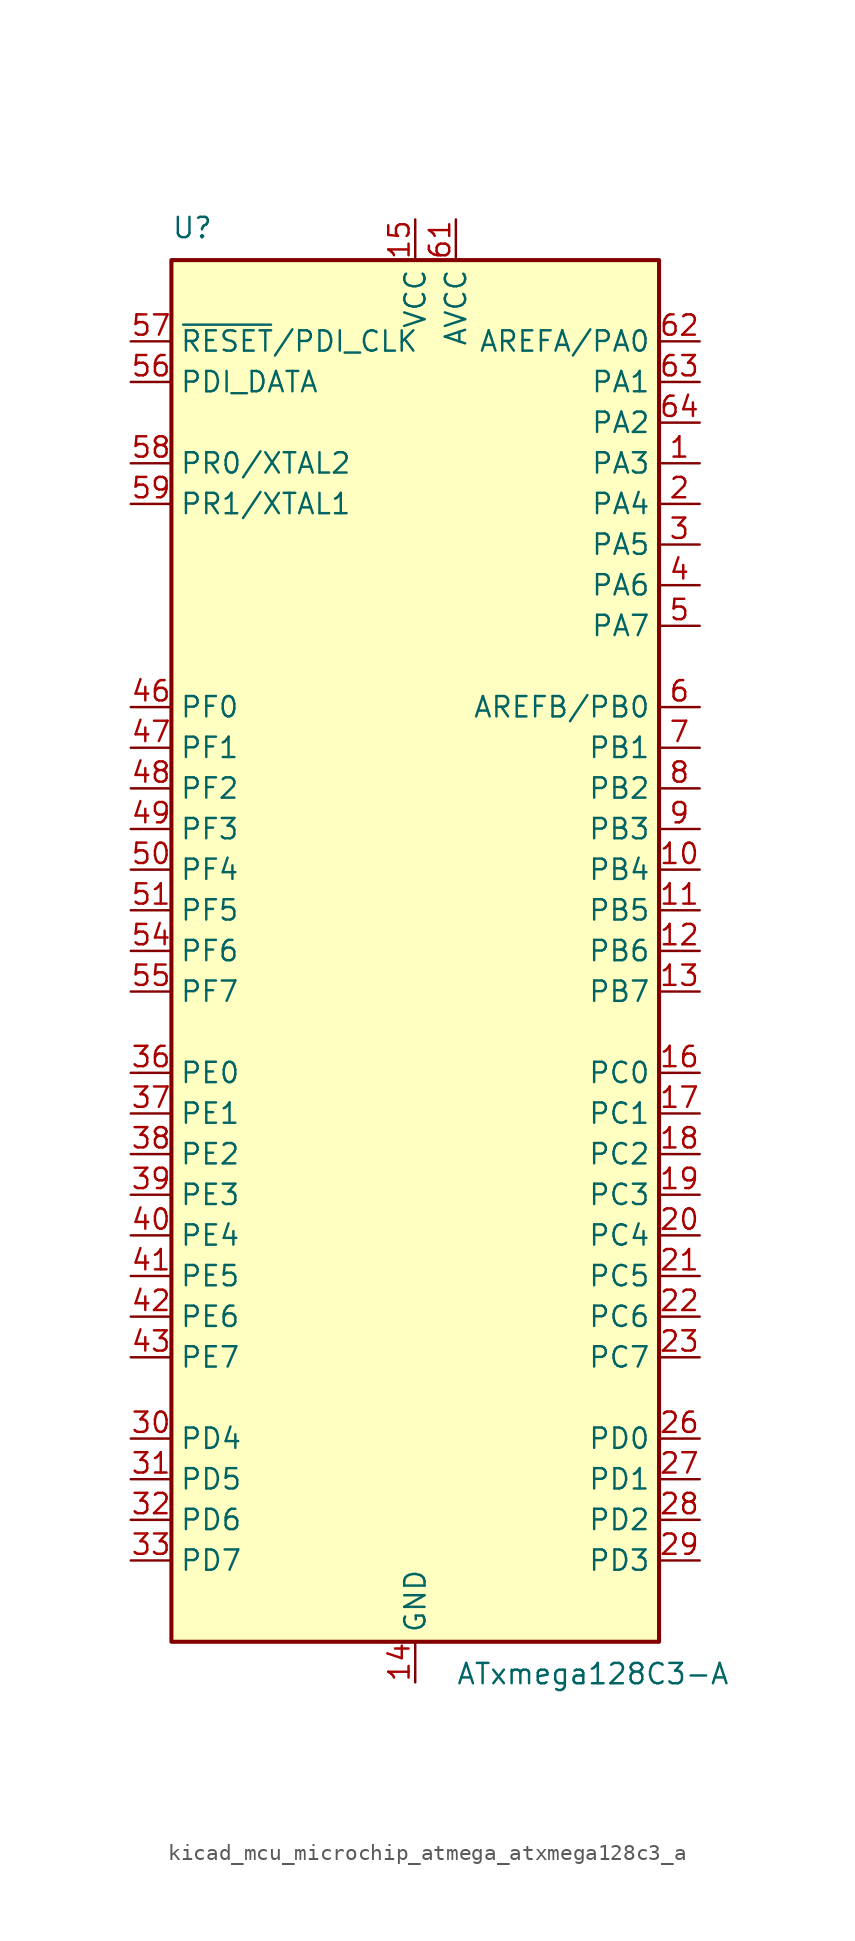
<source format=kicad_sym>
(kicad_symbol_lib
  (version 20220914)
  (generator kicad_symbol_editor)
  (symbol "kicad_mcu_microchip_atmega_atxmega128c3_a"
    (property "Reference" "U"
      (at -15.24 44.45 0)
      (effects (font (size 1.27 1.27)) (justify left bottom)))
    (property "Value" "ATxmega128C3-A"
      (at 2.54 -44.45 0)
      (effects (font (size 1.27 1.27)) (justify left top)))
    (symbol "kicad_mcu_microchip_atmega_atxmega128c3_a_0_1"
      (rectangle (start -15.24 -43.18) (end 15.24 43.18) (stroke (width 0.254) (type default)) (fill (type background))))
    (symbol "kicad_mcu_microchip_atmega_atxmega128c3_a_1_1"
      (pin bidirectional line (at 17.78 30.48 180) (length 2.54) (name "PA3" (effects (font (size 1.27 1.27)))) (number "1" (effects (font (size 1.27 1.27)))))
      (pin bidirectional line (at 17.78 5.08 180) (length 2.54) (name "PB4" (effects (font (size 1.27 1.27)))) (number "10" (effects (font (size 1.27 1.27)))))
      (pin bidirectional line (at 17.78 2.54 180) (length 2.54) (name "PB5" (effects (font (size 1.27 1.27)))) (number "11" (effects (font (size 1.27 1.27)))))
      (pin bidirectional line (at 17.78 0 180) (length 2.54) (name "PB6" (effects (font (size 1.27 1.27)))) (number "12" (effects (font (size 1.27 1.27)))))
      (pin bidirectional line (at 17.78 -2.54 180) (length 2.54) (name "PB7" (effects (font (size 1.27 1.27)))) (number "13" (effects (font (size 1.27 1.27)))))
      (pin power_in line (at 0 -45.72 90) (length 2.54) (name "GND" (effects (font (size 1.27 1.27)))) (number "14" (effects (font (size 1.27 1.27)))))
      (pin power_in line (at 0 45.72 270) (length 2.54) (name "VCC" (effects (font (size 1.27 1.27)))) (number "15" (effects (font (size 1.27 1.27)))))
      (pin bidirectional line (at 17.78 -7.62 180) (length 2.54) (name "PC0" (effects (font (size 1.27 1.27)))) (number "16" (effects (font (size 1.27 1.27)))))
      (pin bidirectional line (at 17.78 -10.16 180) (length 2.54) (name "PC1" (effects (font (size 1.27 1.27)))) (number "17" (effects (font (size 1.27 1.27)))))
      (pin bidirectional line (at 17.78 -12.7 180) (length 2.54) (name "PC2" (effects (font (size 1.27 1.27)))) (number "18" (effects (font (size 1.27 1.27)))))
      (pin bidirectional line (at 17.78 -15.24 180) (length 2.54) (name "PC3" (effects (font (size 1.27 1.27)))) (number "19" (effects (font (size 1.27 1.27)))))
      (pin bidirectional line (at 17.78 27.94 180) (length 2.54) (name "PA4" (effects (font (size 1.27 1.27)))) (number "2" (effects (font (size 1.27 1.27)))))
      (pin bidirectional line (at 17.78 -17.78 180) (length 2.54) (name "PC4" (effects (font (size 1.27 1.27)))) (number "20" (effects (font (size 1.27 1.27)))))
      (pin bidirectional line (at 17.78 -20.32 180) (length 2.54) (name "PC5" (effects (font (size 1.27 1.27)))) (number "21" (effects (font (size 1.27 1.27)))))
      (pin bidirectional line (at 17.78 -22.86 180) (length 2.54) (name "PC6" (effects (font (size 1.27 1.27)))) (number "22" (effects (font (size 1.27 1.27)))))
      (pin bidirectional line (at 17.78 -25.4 180) (length 2.54) (name "PC7" (effects (font (size 1.27 1.27)))) (number "23" (effects (font (size 1.27 1.27)))))
      (pin passive line (at 0 -45.72 90) (length 2.54) hide (name "GND" (effects (font (size 1.27 1.27)))) (number "24" (effects (font (size 1.27 1.27)))))
      (pin passive line (at 0 45.72 270) (length 2.54) hide (name "VCC" (effects (font (size 1.27 1.27)))) (number "25" (effects (font (size 1.27 1.27)))))
      (pin bidirectional line (at 17.78 -30.48 180) (length 2.54) (name "PD0" (effects (font (size 1.27 1.27)))) (number "26" (effects (font (size 1.27 1.27)))))
      (pin bidirectional line (at 17.78 -33.02 180) (length 2.54) (name "PD1" (effects (font (size 1.27 1.27)))) (number "27" (effects (font (size 1.27 1.27)))))
      (pin bidirectional line (at 17.78 -35.56 180) (length 2.54) (name "PD2" (effects (font (size 1.27 1.27)))) (number "28" (effects (font (size 1.27 1.27)))))
      (pin bidirectional line (at 17.78 -38.1 180) (length 2.54) (name "PD3" (effects (font (size 1.27 1.27)))) (number "29" (effects (font (size 1.27 1.27)))))
      (pin bidirectional line (at 17.78 25.4 180) (length 2.54) (name "PA5" (effects (font (size 1.27 1.27)))) (number "3" (effects (font (size 1.27 1.27)))))
      (pin bidirectional line (at -17.78 -30.48 0) (length 2.54) (name "PD4" (effects (font (size 1.27 1.27)))) (number "30" (effects (font (size 1.27 1.27)))))
      (pin bidirectional line (at -17.78 -33.02 0) (length 2.54) (name "PD5" (effects (font (size 1.27 1.27)))) (number "31" (effects (font (size 1.27 1.27)))))
      (pin bidirectional line (at -17.78 -35.56 0) (length 2.54) (name "PD6" (effects (font (size 1.27 1.27)))) (number "32" (effects (font (size 1.27 1.27)))))
      (pin bidirectional line (at -17.78 -38.1 0) (length 2.54) (name "PD7" (effects (font (size 1.27 1.27)))) (number "33" (effects (font (size 1.27 1.27)))))
      (pin passive line (at 0 -45.72 90) (length 2.54) hide (name "GND" (effects (font (size 1.27 1.27)))) (number "34" (effects (font (size 1.27 1.27)))))
      (pin passive line (at 0 45.72 270) (length 2.54) hide (name "VCC" (effects (font (size 1.27 1.27)))) (number "35" (effects (font (size 1.27 1.27)))))
      (pin bidirectional line (at -17.78 -7.62 0) (length 2.54) (name "PE0" (effects (font (size 1.27 1.27)))) (number "36" (effects (font (size 1.27 1.27)))))
      (pin bidirectional line (at -17.78 -10.16 0) (length 2.54) (name "PE1" (effects (font (size 1.27 1.27)))) (number "37" (effects (font (size 1.27 1.27)))))
      (pin bidirectional line (at -17.78 -12.7 0) (length 2.54) (name "PE2" (effects (font (size 1.27 1.27)))) (number "38" (effects (font (size 1.27 1.27)))))
      (pin bidirectional line (at -17.78 -15.24 0) (length 2.54) (name "PE3" (effects (font (size 1.27 1.27)))) (number "39" (effects (font (size 1.27 1.27)))))
      (pin bidirectional line (at 17.78 22.86 180) (length 2.54) (name "PA6" (effects (font (size 1.27 1.27)))) (number "4" (effects (font (size 1.27 1.27)))))
      (pin bidirectional line (at -17.78 -17.78 0) (length 2.54) (name "PE4" (effects (font (size 1.27 1.27)))) (number "40" (effects (font (size 1.27 1.27)))))
      (pin bidirectional line (at -17.78 -20.32 0) (length 2.54) (name "PE5" (effects (font (size 1.27 1.27)))) (number "41" (effects (font (size 1.27 1.27)))))
      (pin bidirectional line (at -17.78 -22.86 0) (length 2.54) (name "PE6" (effects (font (size 1.27 1.27)))) (number "42" (effects (font (size 1.27 1.27)))))
      (pin bidirectional line (at -17.78 -25.4 0) (length 2.54) (name "PE7" (effects (font (size 1.27 1.27)))) (number "43" (effects (font (size 1.27 1.27)))))
      (pin passive line (at 0 -45.72 90) (length 2.54) hide (name "GND" (effects (font (size 1.27 1.27)))) (number "44" (effects (font (size 1.27 1.27)))))
      (pin passive line (at 0 45.72 270) (length 2.54) hide (name "VCC" (effects (font (size 1.27 1.27)))) (number "45" (effects (font (size 1.27 1.27)))))
      (pin bidirectional line (at -17.78 15.24 0) (length 2.54) (name "PF0" (effects (font (size 1.27 1.27)))) (number "46" (effects (font (size 1.27 1.27)))))
      (pin bidirectional line (at -17.78 12.7 0) (length 2.54) (name "PF1" (effects (font (size 1.27 1.27)))) (number "47" (effects (font (size 1.27 1.27)))))
      (pin bidirectional line (at -17.78 10.16 0) (length 2.54) (name "PF2" (effects (font (size 1.27 1.27)))) (number "48" (effects (font (size 1.27 1.27)))))
      (pin bidirectional line (at -17.78 7.62 0) (length 2.54) (name "PF3" (effects (font (size 1.27 1.27)))) (number "49" (effects (font (size 1.27 1.27)))))
      (pin bidirectional line (at 17.78 20.32 180) (length 2.54) (name "PA7" (effects (font (size 1.27 1.27)))) (number "5" (effects (font (size 1.27 1.27)))))
      (pin bidirectional line (at -17.78 5.08 0) (length 2.54) (name "PF4" (effects (font (size 1.27 1.27)))) (number "50" (effects (font (size 1.27 1.27)))))
      (pin bidirectional line (at -17.78 2.54 0) (length 2.54) (name "PF5" (effects (font (size 1.27 1.27)))) (number "51" (effects (font (size 1.27 1.27)))))
      (pin passive line (at 0 -45.72 90) (length 2.54) hide (name "GND" (effects (font (size 1.27 1.27)))) (number "52" (effects (font (size 1.27 1.27)))))
      (pin passive line (at 0 45.72 270) (length 2.54) hide (name "VCC" (effects (font (size 1.27 1.27)))) (number "53" (effects (font (size 1.27 1.27)))))
      (pin bidirectional line (at -17.78 0 0) (length 2.54) (name "PF6" (effects (font (size 1.27 1.27)))) (number "54" (effects (font (size 1.27 1.27)))))
      (pin bidirectional line (at -17.78 -2.54 0) (length 2.54) (name "PF7" (effects (font (size 1.27 1.27)))) (number "55" (effects (font (size 1.27 1.27)))))
      (pin bidirectional line (at -17.78 35.56 0) (length 2.54) (name "PDI_DATA" (effects (font (size 1.27 1.27)))) (number "56" (effects (font (size 1.27 1.27)))))
      (pin input line (at -17.78 38.1 0) (length 2.54) (name "~{RESET}/PDI_CLK" (effects (font (size 1.27 1.27)))) (number "57" (effects (font (size 1.27 1.27)))))
      (pin bidirectional line (at -17.78 30.48 0) (length 2.54) (name "PR0/XTAL2" (effects (font (size 1.27 1.27)))) (number "58" (effects (font (size 1.27 1.27)))))
      (pin bidirectional line (at -17.78 27.94 0) (length 2.54) (name "PR1/XTAL1" (effects (font (size 1.27 1.27)))) (number "59" (effects (font (size 1.27 1.27)))))
      (pin bidirectional line (at 17.78 15.24 180) (length 2.54) (name "AREFB/PB0" (effects (font (size 1.27 1.27)))) (number "6" (effects (font (size 1.27 1.27)))))
      (pin passive line (at 0 -45.72 90) (length 2.54) hide (name "GND" (effects (font (size 1.27 1.27)))) (number "60" (effects (font (size 1.27 1.27)))))
      (pin power_in line (at 2.54 45.72 270) (length 2.54) (name "AVCC" (effects (font (size 1.27 1.27)))) (number "61" (effects (font (size 1.27 1.27)))))
      (pin bidirectional line (at 17.78 38.1 180) (length 2.54) (name "AREFA/PA0" (effects (font (size 1.27 1.27)))) (number "62" (effects (font (size 1.27 1.27)))))
      (pin bidirectional line (at 17.78 35.56 180) (length 2.54) (name "PA1" (effects (font (size 1.27 1.27)))) (number "63" (effects (font (size 1.27 1.27)))))
      (pin bidirectional line (at 17.78 33.02 180) (length 2.54) (name "PA2" (effects (font (size 1.27 1.27)))) (number "64" (effects (font (size 1.27 1.27)))))
      (pin bidirectional line (at 17.78 12.7 180) (length 2.54) (name "PB1" (effects (font (size 1.27 1.27)))) (number "7" (effects (font (size 1.27 1.27)))))
      (pin bidirectional line (at 17.78 10.16 180) (length 2.54) (name "PB2" (effects (font (size 1.27 1.27)))) (number "8" (effects (font (size 1.27 1.27)))))
      (pin bidirectional line (at 17.78 7.62 180) (length 2.54) (name "PB3" (effects (font (size 1.27 1.27)))) (number "9" (effects (font (size 1.27 1.27))))))))
</source>
